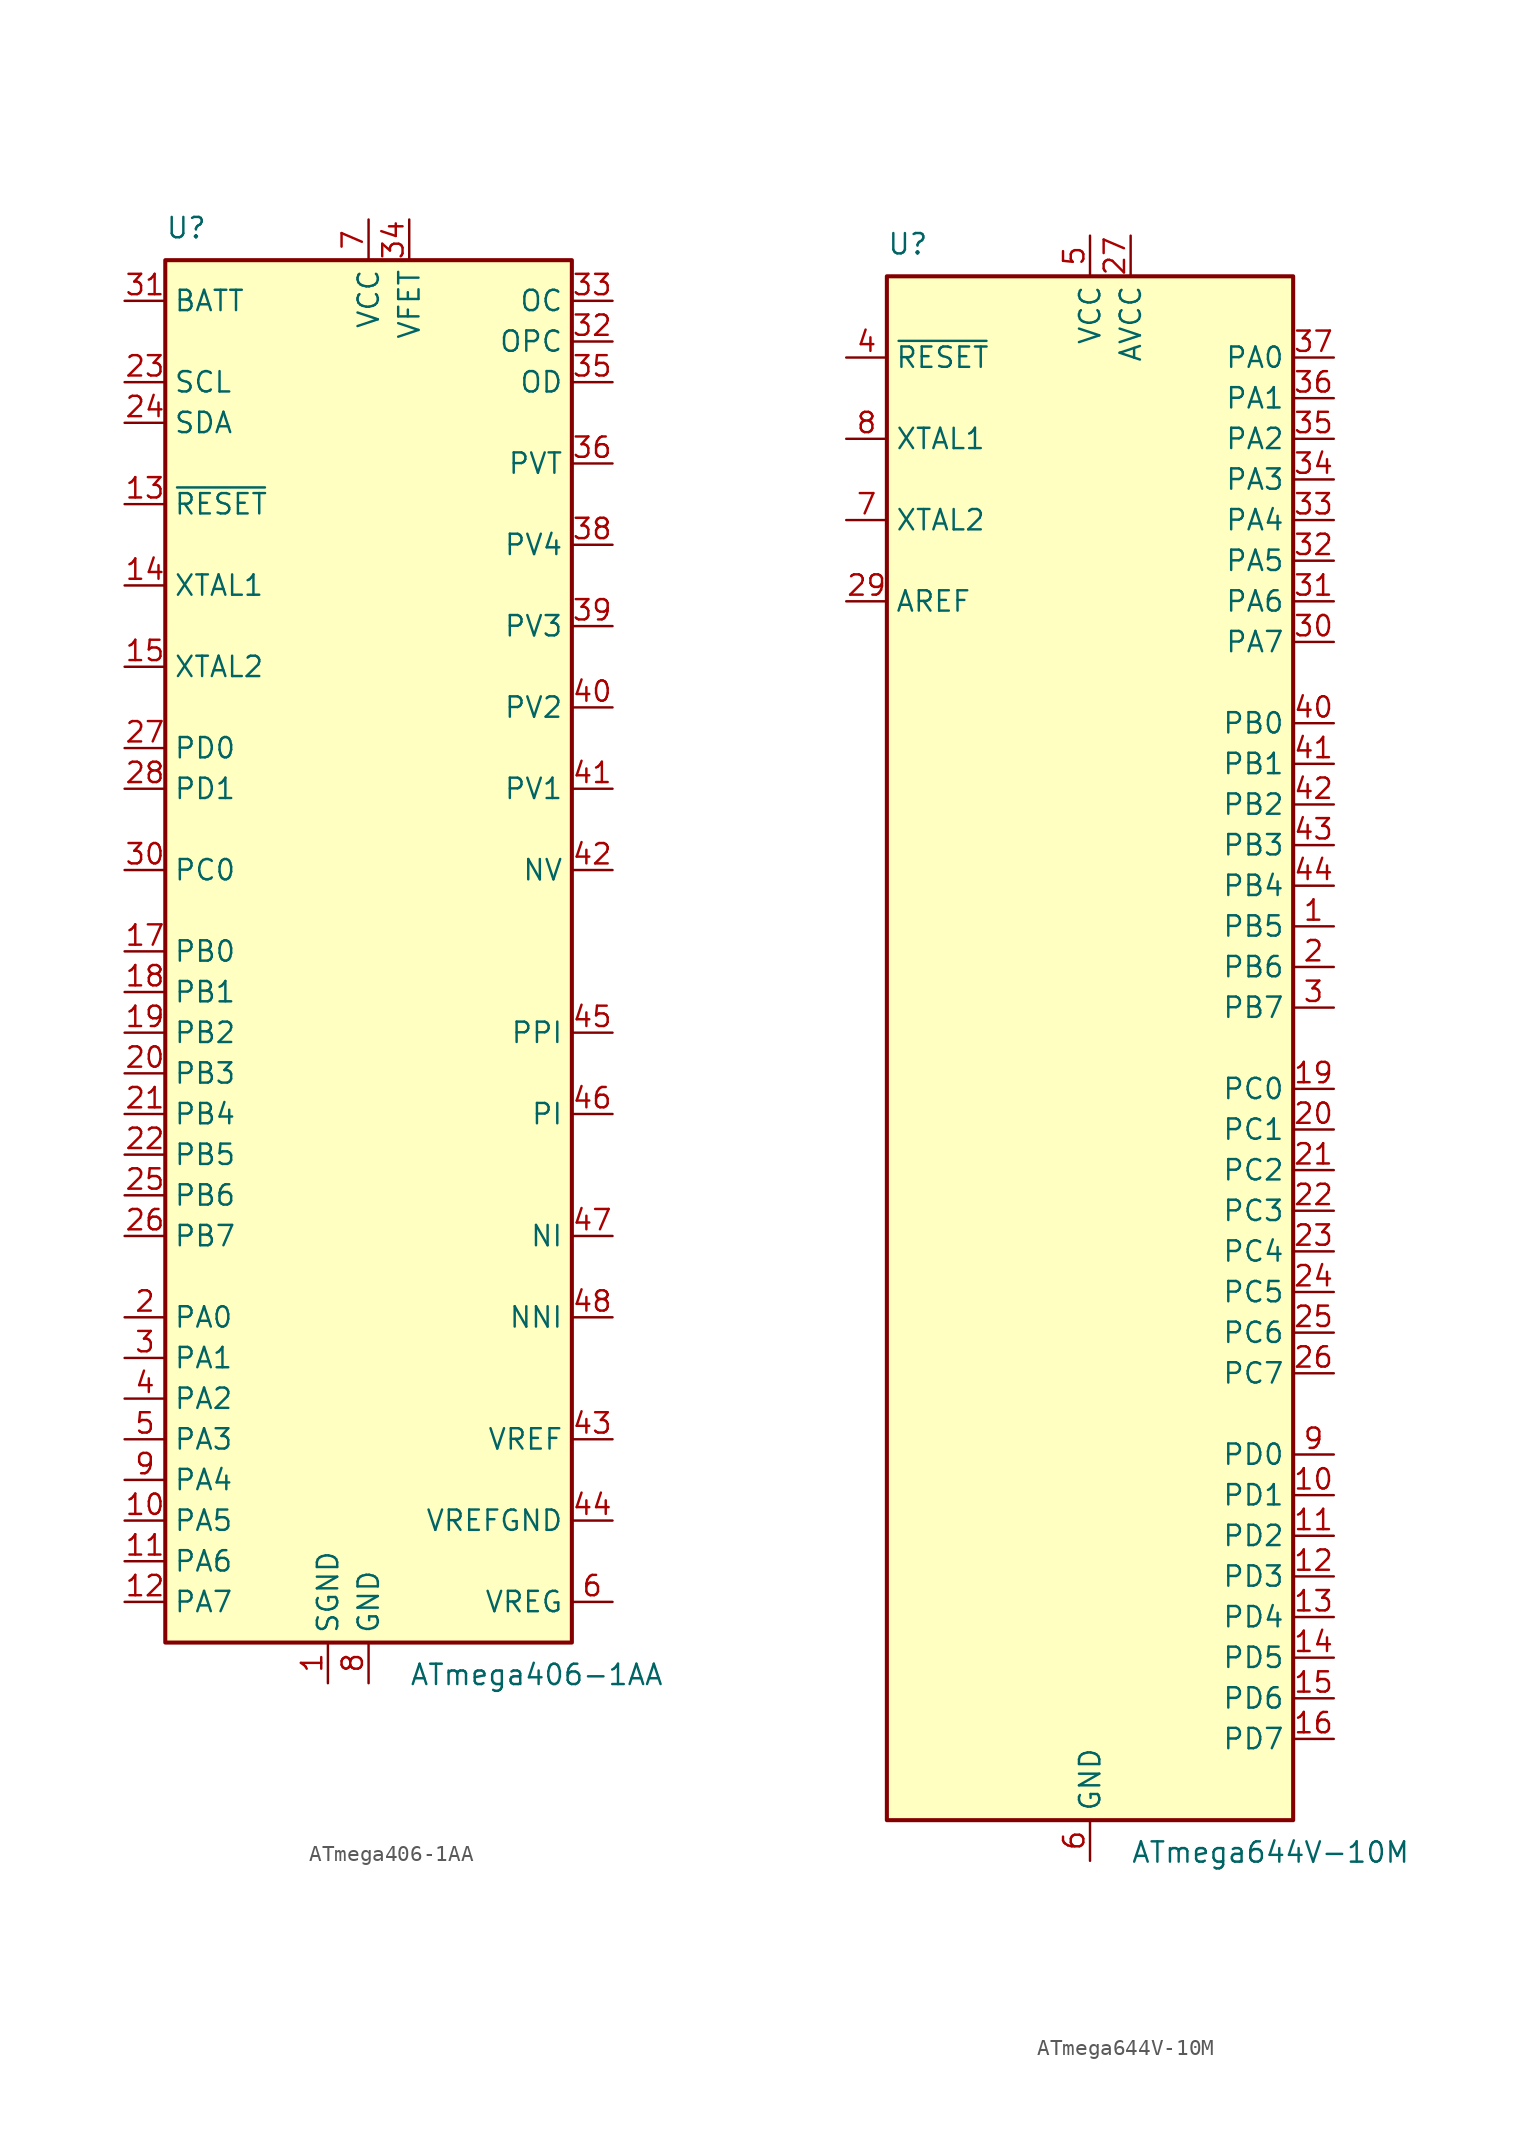
<source format=kicad_sym>
(kicad_symbol_lib
  (version 20201005)
  (generator kicad_symbol_editor)
  (symbol "ATmega406-1AA"
    (property "Reference" "U"
      (at -12.7 44.45 0)
      (effects (font (size 1.27 1.27)) (justify left bottom)))
    (property "Value" "ATmega406-1AA"
      (at 2.54 -44.45 0)
      (effects (font (size 1.27 1.27)) (justify left top)))
    (symbol "ATmega406-1AA_1_1"
      (rectangle (start -12.7 43.18) (end 12.7 -43.18) (stroke (width 0.254)) (fill (type background)))
      (pin power_in line (at -2.54 -45.72 90) (length 2.54) (name "SGND" (effects (font (size 1.27 1.27)))) (number "1" (effects (font (size 1.27 1.27)))))
      (pin bidirectional line (at -15.24 -35.56 0) (length 2.54) (name "PA5" (effects (font (size 1.27 1.27)))) (number "10" (effects (font (size 1.27 1.27)))))
      (pin bidirectional line (at -15.24 -38.1 0) (length 2.54) (name "PA6" (effects (font (size 1.27 1.27)))) (number "11" (effects (font (size 1.27 1.27)))))
      (pin bidirectional line (at -15.24 -40.64 0) (length 2.54) (name "PA7" (effects (font (size 1.27 1.27)))) (number "12" (effects (font (size 1.27 1.27)))))
      (pin input line (at -15.24 27.94 0) (length 2.54) (name "~RESET" (effects (font (size 1.27 1.27)))) (number "13" (effects (font (size 1.27 1.27)))))
      (pin input line (at -15.24 22.86 0) (length 2.54) (name "XTAL1" (effects (font (size 1.27 1.27)))) (number "14" (effects (font (size 1.27 1.27)))))
      (pin output line (at -15.24 17.78 0) (length 2.54) (name "XTAL2" (effects (font (size 1.27 1.27)))) (number "15" (effects (font (size 1.27 1.27)))))
      (pin passive line (at 0 -45.72 90) (length 2.54) hide (name "GND" (effects (font (size 1.27 1.27)))) (number "16" (effects (font (size 1.27 1.27)))))
      (pin bidirectional line (at -15.24 0 0) (length 2.54) (name "PB0" (effects (font (size 1.27 1.27)))) (number "17" (effects (font (size 1.27 1.27)))))
      (pin bidirectional line (at -15.24 -2.54 0) (length 2.54) (name "PB1" (effects (font (size 1.27 1.27)))) (number "18" (effects (font (size 1.27 1.27)))))
      (pin bidirectional line (at -15.24 -5.08 0) (length 2.54) (name "PB2" (effects (font (size 1.27 1.27)))) (number "19" (effects (font (size 1.27 1.27)))))
      (pin bidirectional line (at -15.24 -22.86 0) (length 2.54) (name "PA0" (effects (font (size 1.27 1.27)))) (number "2" (effects (font (size 1.27 1.27)))))
      (pin bidirectional line (at -15.24 -7.62 0) (length 2.54) (name "PB3" (effects (font (size 1.27 1.27)))) (number "20" (effects (font (size 1.27 1.27)))))
      (pin bidirectional line (at -15.24 -10.16 0) (length 2.54) (name "PB4" (effects (font (size 1.27 1.27)))) (number "21" (effects (font (size 1.27 1.27)))))
      (pin bidirectional line (at -15.24 -12.7 0) (length 2.54) (name "PB5" (effects (font (size 1.27 1.27)))) (number "22" (effects (font (size 1.27 1.27)))))
      (pin input line (at -15.24 35.56 0) (length 2.54) (name "SCL" (effects (font (size 1.27 1.27)))) (number "23" (effects (font (size 1.27 1.27)))))
      (pin bidirectional line (at -15.24 33.02 0) (length 2.54) (name "SDA" (effects (font (size 1.27 1.27)))) (number "24" (effects (font (size 1.27 1.27)))))
      (pin bidirectional line (at -15.24 -15.24 0) (length 2.54) (name "PB6" (effects (font (size 1.27 1.27)))) (number "25" (effects (font (size 1.27 1.27)))))
      (pin bidirectional line (at -15.24 -17.78 0) (length 2.54) (name "PB7" (effects (font (size 1.27 1.27)))) (number "26" (effects (font (size 1.27 1.27)))))
      (pin bidirectional line (at -15.24 12.7 0) (length 2.54) (name "PD0" (effects (font (size 1.27 1.27)))) (number "27" (effects (font (size 1.27 1.27)))))
      (pin bidirectional line (at -15.24 10.16 0) (length 2.54) (name "PD1" (effects (font (size 1.27 1.27)))) (number "28" (effects (font (size 1.27 1.27)))))
      (pin passive line (at 0 -45.72 90) (length 2.54) hide (name "GND" (effects (font (size 1.27 1.27)))) (number "29" (effects (font (size 1.27 1.27)))))
      (pin bidirectional line (at -15.24 -25.4 0) (length 2.54) (name "PA1" (effects (font (size 1.27 1.27)))) (number "3" (effects (font (size 1.27 1.27)))))
      (pin open_collector line (at -15.24 5.08 0) (length 2.54) (name "PC0" (effects (font (size 1.27 1.27)))) (number "30" (effects (font (size 1.27 1.27)))))
      (pin input line (at -15.24 40.64 0) (length 2.54) (name "BATT" (effects (font (size 1.27 1.27)))) (number "31" (effects (font (size 1.27 1.27)))))
      (pin output line (at 15.24 38.1 180) (length 2.54) (name "OPC" (effects (font (size 1.27 1.27)))) (number "32" (effects (font (size 1.27 1.27)))))
      (pin output line (at 15.24 40.64 180) (length 2.54) (name "OC" (effects (font (size 1.27 1.27)))) (number "33" (effects (font (size 1.27 1.27)))))
      (pin power_in line (at 2.54 45.72 270) (length 2.54) (name "VFET" (effects (font (size 1.27 1.27)))) (number "34" (effects (font (size 1.27 1.27)))))
      (pin output line (at 15.24 35.56 180) (length 2.54) (name "OD" (effects (font (size 1.27 1.27)))) (number "35" (effects (font (size 1.27 1.27)))))
      (pin input line (at 15.24 30.48 180) (length 2.54) (name "PVT" (effects (font (size 1.27 1.27)))) (number "36" (effects (font (size 1.27 1.27)))))
      (pin passive line (at 0 -45.72 90) (length 2.54) hide (name "GND" (effects (font (size 1.27 1.27)))) (number "37" (effects (font (size 1.27 1.27)))))
      (pin input line (at 15.24 25.4 180) (length 2.54) (name "PV4" (effects (font (size 1.27 1.27)))) (number "38" (effects (font (size 1.27 1.27)))))
      (pin input line (at 15.24 20.32 180) (length 2.54) (name "PV3" (effects (font (size 1.27 1.27)))) (number "39" (effects (font (size 1.27 1.27)))))
      (pin bidirectional line (at -15.24 -27.94 0) (length 2.54) (name "PA2" (effects (font (size 1.27 1.27)))) (number "4" (effects (font (size 1.27 1.27)))))
      (pin input line (at 15.24 15.24 180) (length 2.54) (name "PV2" (effects (font (size 1.27 1.27)))) (number "40" (effects (font (size 1.27 1.27)))))
      (pin input line (at 15.24 10.16 180) (length 2.54) (name "PV1" (effects (font (size 1.27 1.27)))) (number "41" (effects (font (size 1.27 1.27)))))
      (pin input line (at 15.24 5.08 180) (length 2.54) (name "NV" (effects (font (size 1.27 1.27)))) (number "42" (effects (font (size 1.27 1.27)))))
      (pin passive line (at 15.24 -30.48 180) (length 2.54) (name "VREF" (effects (font (size 1.27 1.27)))) (number "43" (effects (font (size 1.27 1.27)))))
      (pin passive line (at 15.24 -35.56 180) (length 2.54) (name "VREFGND" (effects (font (size 1.27 1.27)))) (number "44" (effects (font (size 1.27 1.27)))))
      (pin input line (at 15.24 -5.08 180) (length 2.54) (name "PPI" (effects (font (size 1.27 1.27)))) (number "45" (effects (font (size 1.27 1.27)))))
      (pin input line (at 15.24 -10.16 180) (length 2.54) (name "PI" (effects (font (size 1.27 1.27)))) (number "46" (effects (font (size 1.27 1.27)))))
      (pin input line (at 15.24 -17.78 180) (length 2.54) (name "NI" (effects (font (size 1.27 1.27)))) (number "47" (effects (font (size 1.27 1.27)))))
      (pin input line (at 15.24 -22.86 180) (length 2.54) (name "NNI" (effects (font (size 1.27 1.27)))) (number "48" (effects (font (size 1.27 1.27)))))
      (pin bidirectional line (at -15.24 -30.48 0) (length 2.54) (name "PA3" (effects (font (size 1.27 1.27)))) (number "5" (effects (font (size 1.27 1.27)))))
      (pin power_out line (at 15.24 -40.64 180) (length 2.54) (name "VREG" (effects (font (size 1.27 1.27)))) (number "6" (effects (font (size 1.27 1.27)))))
      (pin power_in line (at 0 45.72 270) (length 2.54) (name "VCC" (effects (font (size 1.27 1.27)))) (number "7" (effects (font (size 1.27 1.27)))))
      (pin power_in line (at 0 -45.72 90) (length 2.54) (name "GND" (effects (font (size 1.27 1.27)))) (number "8" (effects (font (size 1.27 1.27)))))
      (pin bidirectional line (at -15.24 -33.02 0) (length 2.54) (name "PA4" (effects (font (size 1.27 1.27)))) (number "9" (effects (font (size 1.27 1.27)))))))
  (symbol "ATmega644V-10M"
    (property "Reference" "U"
      (at -12.7 49.53 0)
      (effects (font (size 1.27 1.27)) (justify left bottom)))
    (property "Value" "ATmega644V-10M"
      (at 2.54 -49.53 0)
      (effects (font (size 1.27 1.27)) (justify left top)))
    (symbol "ATmega644V-10M_0_1"
      (rectangle (start -12.7 -48.26) (end 12.7 48.26) (stroke (width 0.254)) (fill (type background))))
    (symbol "ATmega644V-10M_1_1"
      (pin bidirectional line (at 15.24 7.62 180) (length 2.54) (name "PB5" (effects (font (size 1.27 1.27)))) (number "1" (effects (font (size 1.27 1.27)))))
      (pin bidirectional line (at 15.24 -27.94 180) (length 2.54) (name "PD1" (effects (font (size 1.27 1.27)))) (number "10" (effects (font (size 1.27 1.27)))))
      (pin bidirectional line (at 15.24 -30.48 180) (length 2.54) (name "PD2" (effects (font (size 1.27 1.27)))) (number "11" (effects (font (size 1.27 1.27)))))
      (pin bidirectional line (at 15.24 -33.02 180) (length 2.54) (name "PD3" (effects (font (size 1.27 1.27)))) (number "12" (effects (font (size 1.27 1.27)))))
      (pin bidirectional line (at 15.24 -35.56 180) (length 2.54) (name "PD4" (effects (font (size 1.27 1.27)))) (number "13" (effects (font (size 1.27 1.27)))))
      (pin bidirectional line (at 15.24 -38.1 180) (length 2.54) (name "PD5" (effects (font (size 1.27 1.27)))) (number "14" (effects (font (size 1.27 1.27)))))
      (pin bidirectional line (at 15.24 -40.64 180) (length 2.54) (name "PD6" (effects (font (size 1.27 1.27)))) (number "15" (effects (font (size 1.27 1.27)))))
      (pin bidirectional line (at 15.24 -43.18 180) (length 2.54) (name "PD7" (effects (font (size 1.27 1.27)))) (number "16" (effects (font (size 1.27 1.27)))))
      (pin passive line (at 0 50.8 270) (length 2.54) hide (name "VCC" (effects (font (size 1.27 1.27)))) (number "17" (effects (font (size 1.27 1.27)))))
      (pin passive line (at 0 -50.8 90) (length 2.54) hide (name "GND" (effects (font (size 1.27 1.27)))) (number "18" (effects (font (size 1.27 1.27)))))
      (pin bidirectional line (at 15.24 -2.54 180) (length 2.54) (name "PC0" (effects (font (size 1.27 1.27)))) (number "19" (effects (font (size 1.27 1.27)))))
      (pin bidirectional line (at 15.24 5.08 180) (length 2.54) (name "PB6" (effects (font (size 1.27 1.27)))) (number "2" (effects (font (size 1.27 1.27)))))
      (pin bidirectional line (at 15.24 -5.08 180) (length 2.54) (name "PC1" (effects (font (size 1.27 1.27)))) (number "20" (effects (font (size 1.27 1.27)))))
      (pin bidirectional line (at 15.24 -7.62 180) (length 2.54) (name "PC2" (effects (font (size 1.27 1.27)))) (number "21" (effects (font (size 1.27 1.27)))))
      (pin bidirectional line (at 15.24 -10.16 180) (length 2.54) (name "PC3" (effects (font (size 1.27 1.27)))) (number "22" (effects (font (size 1.27 1.27)))))
      (pin bidirectional line (at 15.24 -12.7 180) (length 2.54) (name "PC4" (effects (font (size 1.27 1.27)))) (number "23" (effects (font (size 1.27 1.27)))))
      (pin bidirectional line (at 15.24 -15.24 180) (length 2.54) (name "PC5" (effects (font (size 1.27 1.27)))) (number "24" (effects (font (size 1.27 1.27)))))
      (pin bidirectional line (at 15.24 -17.78 180) (length 2.54) (name "PC6" (effects (font (size 1.27 1.27)))) (number "25" (effects (font (size 1.27 1.27)))))
      (pin bidirectional line (at 15.24 -20.32 180) (length 2.54) (name "PC7" (effects (font (size 1.27 1.27)))) (number "26" (effects (font (size 1.27 1.27)))))
      (pin power_in line (at 2.54 50.8 270) (length 2.54) (name "AVCC" (effects (font (size 1.27 1.27)))) (number "27" (effects (font (size 1.27 1.27)))))
      (pin passive line (at 0 -50.8 90) (length 2.54) hide (name "GND" (effects (font (size 1.27 1.27)))) (number "28" (effects (font (size 1.27 1.27)))))
      (pin passive line (at -15.24 27.94 0) (length 2.54) (name "AREF" (effects (font (size 1.27 1.27)))) (number "29" (effects (font (size 1.27 1.27)))))
      (pin bidirectional line (at 15.24 2.54 180) (length 2.54) (name "PB7" (effects (font (size 1.27 1.27)))) (number "3" (effects (font (size 1.27 1.27)))))
      (pin bidirectional line (at 15.24 25.4 180) (length 2.54) (name "PA7" (effects (font (size 1.27 1.27)))) (number "30" (effects (font (size 1.27 1.27)))))
      (pin bidirectional line (at 15.24 27.94 180) (length 2.54) (name "PA6" (effects (font (size 1.27 1.27)))) (number "31" (effects (font (size 1.27 1.27)))))
      (pin bidirectional line (at 15.24 30.48 180) (length 2.54) (name "PA5" (effects (font (size 1.27 1.27)))) (number "32" (effects (font (size 1.27 1.27)))))
      (pin bidirectional line (at 15.24 33.02 180) (length 2.54) (name "PA4" (effects (font (size 1.27 1.27)))) (number "33" (effects (font (size 1.27 1.27)))))
      (pin bidirectional line (at 15.24 35.56 180) (length 2.54) (name "PA3" (effects (font (size 1.27 1.27)))) (number "34" (effects (font (size 1.27 1.27)))))
      (pin bidirectional line (at 15.24 38.1 180) (length 2.54) (name "PA2" (effects (font (size 1.27 1.27)))) (number "35" (effects (font (size 1.27 1.27)))))
      (pin bidirectional line (at 15.24 40.64 180) (length 2.54) (name "PA1" (effects (font (size 1.27 1.27)))) (number "36" (effects (font (size 1.27 1.27)))))
      (pin bidirectional line (at 15.24 43.18 180) (length 2.54) (name "PA0" (effects (font (size 1.27 1.27)))) (number "37" (effects (font (size 1.27 1.27)))))
      (pin passive line (at 0 50.8 270) (length 2.54) hide (name "VCC" (effects (font (size 1.27 1.27)))) (number "38" (effects (font (size 1.27 1.27)))))
      (pin passive line (at 0 -50.8 90) (length 2.54) hide (name "GND" (effects (font (size 1.27 1.27)))) (number "39" (effects (font (size 1.27 1.27)))))
      (pin input line (at -15.24 43.18 0) (length 2.54) (name "~RESET" (effects (font (size 1.27 1.27)))) (number "4" (effects (font (size 1.27 1.27)))))
      (pin bidirectional line (at 15.24 20.32 180) (length 2.54) (name "PB0" (effects (font (size 1.27 1.27)))) (number "40" (effects (font (size 1.27 1.27)))))
      (pin bidirectional line (at 15.24 17.78 180) (length 2.54) (name "PB1" (effects (font (size 1.27 1.27)))) (number "41" (effects (font (size 1.27 1.27)))))
      (pin bidirectional line (at 15.24 15.24 180) (length 2.54) (name "PB2" (effects (font (size 1.27 1.27)))) (number "42" (effects (font (size 1.27 1.27)))))
      (pin bidirectional line (at 15.24 12.7 180) (length 2.54) (name "PB3" (effects (font (size 1.27 1.27)))) (number "43" (effects (font (size 1.27 1.27)))))
      (pin bidirectional line (at 15.24 10.16 180) (length 2.54) (name "PB4" (effects (font (size 1.27 1.27)))) (number "44" (effects (font (size 1.27 1.27)))))
      (pin passive line (at 0 -50.8 90) (length 2.54) hide (name "GND" (effects (font (size 1.27 1.27)))) (number "45" (effects (font (size 1.27 1.27)))))
      (pin power_in line (at 0 50.8 270) (length 2.54) (name "VCC" (effects (font (size 1.27 1.27)))) (number "5" (effects (font (size 1.27 1.27)))))
      (pin power_in line (at 0 -50.8 90) (length 2.54) (name "GND" (effects (font (size 1.27 1.27)))) (number "6" (effects (font (size 1.27 1.27)))))
      (pin output line (at -15.24 33.02 0) (length 2.54) (name "XTAL2" (effects (font (size 1.27 1.27)))) (number "7" (effects (font (size 1.27 1.27)))))
      (pin input line (at -15.24 38.1 0) (length 2.54) (name "XTAL1" (effects (font (size 1.27 1.27)))) (number "8" (effects (font (size 1.27 1.27)))))
      (pin bidirectional line (at 15.24 -25.4 180) (length 2.54) (name "PD0" (effects (font (size 1.27 1.27)))) (number "9" (effects (font (size 1.27 1.27))))))))
</source>
